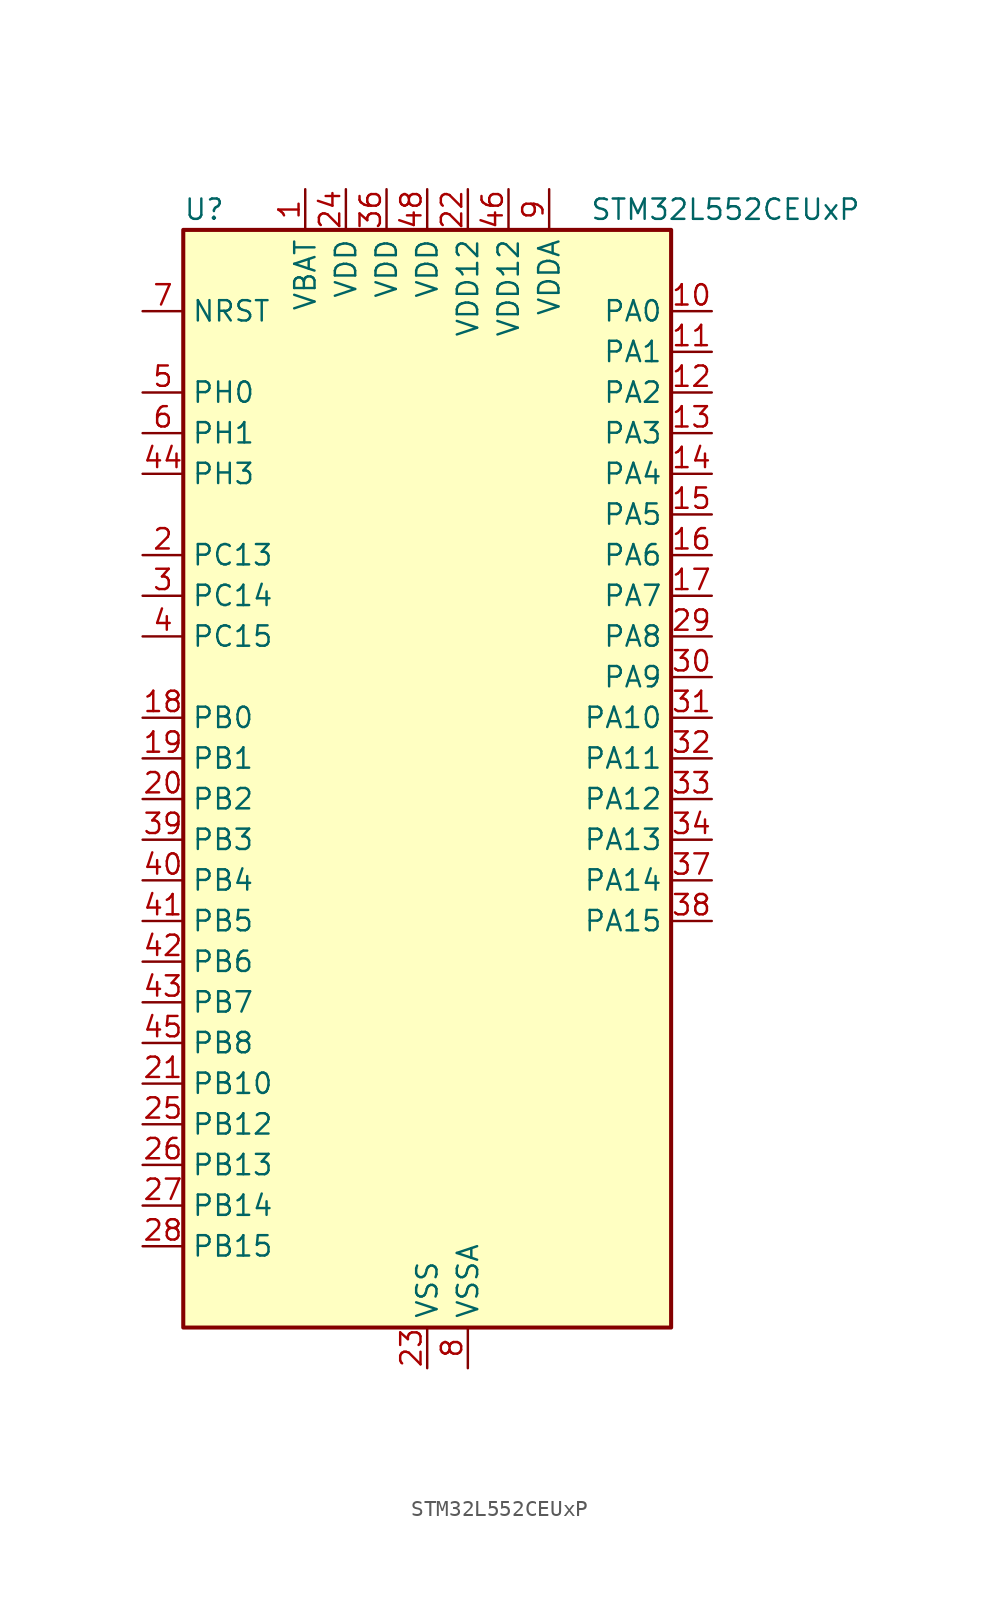
<source format=kicad_sym>
(kicad_symbol_lib
  (version 20241209)
  (generator "kicad_symbol_editor")
  (generator_version "9.0")
  (symbol "STM32L552CEUxP"
    (property "Reference" "U"
      (at -15.24 36.83 0)
      (effects (font (size 1.27 1.27)) (justify left)))
    (property "Value" "STM32L552CEUxP"
      (at 10.16 36.83 0)
      (effects (font (size 1.27 1.27)) (justify left)))
    (symbol "STM32L552CEUxP_0_1"
      (rectangle (start -15.24 -33.02) (end 15.24 35.56) (stroke (width 0.254) (type default)) (fill (type background))))
    (symbol "STM32L552CEUxP_1_1"
      (pin input line (at -17.78 30.48 0) (length 2.54) (name "NRST" (effects (font (size 1.27 1.27)))) (number "7" (effects (font (size 1.27 1.27)))))
      (pin bidirectional line (at -17.78 25.4 0) (length 2.54) (name "PH0" (effects (font (size 1.27 1.27)))) (number "5" (effects (font (size 1.27 1.27)))) (alternate "RCC_OSC_IN" bidirectional line))
      (pin bidirectional line (at -17.78 22.86 0) (length 2.54) (name "PH1" (effects (font (size 1.27 1.27)))) (number "6" (effects (font (size 1.27 1.27)))) (alternate "RCC_OSC_OUT" bidirectional line))
      (pin bidirectional line (at -17.78 20.32 0) (length 2.54) (name "PH3" (effects (font (size 1.27 1.27)))) (number "44" (effects (font (size 1.27 1.27)))))
      (pin bidirectional line (at -17.78 15.24 0) (length 2.54) (name "PC13" (effects (font (size 1.27 1.27)))) (number "2" (effects (font (size 1.27 1.27)))) (alternate "PWR_WKUP2" bidirectional line) (alternate "RTC_OUT1" bidirectional line) (alternate "RTC_TS" bidirectional line) (alternate "TAMP_IN1" bidirectional line) (alternate "TAMP_OUT2" bidirectional line))
      (pin bidirectional line (at -17.78 12.7 0) (length 2.54) (name "PC14" (effects (font (size 1.27 1.27)))) (number "3" (effects (font (size 1.27 1.27)))) (alternate "RCC_OSC32_IN" bidirectional line))
      (pin bidirectional line (at -17.78 10.16 0) (length 2.54) (name "PC15" (effects (font (size 1.27 1.27)))) (number "4" (effects (font (size 1.27 1.27)))) (alternate "ADC1_EXTI15" bidirectional line) (alternate "ADC2_EXTI15" bidirectional line) (alternate "RCC_OSC32_OUT" bidirectional line))
      (pin bidirectional line (at -17.78 5.08 0) (length 2.54) (name "PB0" (effects (font (size 1.27 1.27)))) (number "18" (effects (font (size 1.27 1.27)))) (alternate "ADC1_IN15" bidirectional line) (alternate "ADC2_IN15" bidirectional line) (alternate "COMP1_OUT" bidirectional line) (alternate "OCTOSPI1_IO1" bidirectional line) (alternate "OPAMP2_VOUT" bidirectional line) (alternate "SAI1_EXTCLK" bidirectional line) (alternate "SPI1_NSS" bidirectional line) (alternate "TIM1_CH2N" bidirectional line) (alternate "TIM3_CH3" bidirectional line) (alternate "TIM8_CH2N" bidirectional line) (alternate "USART3_CK" bidirectional line))
      (pin bidirectional line (at -17.78 2.54 0) (length 2.54) (name "PB1" (effects (font (size 1.27 1.27)))) (number "19" (effects (font (size 1.27 1.27)))) (alternate "ADC1_IN16" bidirectional line) (alternate "ADC2_IN16" bidirectional line) (alternate "COMP1_INM" bidirectional line) (alternate "DFSDM1_DATIN0" bidirectional line) (alternate "LPTIM2_IN1" bidirectional line) (alternate "LPUART1_DE" bidirectional line) (alternate "LPUART1_RTS" bidirectional line) (alternate "OCTOSPI1_IO0" bidirectional line) (alternate "TIM1_CH3N" bidirectional line) (alternate "TIM3_CH4" bidirectional line) (alternate "TIM8_CH3N" bidirectional line) (alternate "USART3_DE" bidirectional line) (alternate "USART3_RTS" bidirectional line))
      (pin bidirectional line (at -17.78 0 0) (length 2.54) (name "PB2" (effects (font (size 1.27 1.27)))) (number "20" (effects (font (size 1.27 1.27)))) (alternate "COMP1_INP" bidirectional line) (alternate "DFSDM1_CKIN0" bidirectional line) (alternate "I2C3_SMBA" bidirectional line) (alternate "LPTIM1_OUT" bidirectional line) (alternate "OCTOSPI1_DQS" bidirectional line) (alternate "RTC_OUT2" bidirectional line) (alternate "UCPD1_FRSTX1" bidirectional line))
      (pin bidirectional line (at -17.78 -2.54 0) (length 2.54) (name "PB3" (effects (font (size 1.27 1.27)))) (number "39" (effects (font (size 1.27 1.27)))) (alternate "COMP2_INM" bidirectional line) (alternate "CRS_SYNC" bidirectional line) (alternate "DEBUG_JTDO-SWO" bidirectional line) (alternate "SAI1_SCK_B" bidirectional line) (alternate "SPI1_SCK" bidirectional line) (alternate "SPI3_SCK" bidirectional line) (alternate "TIM2_CH2" bidirectional line) (alternate "USART1_DE" bidirectional line) (alternate "USART1_RTS" bidirectional line))
      (pin bidirectional line (at -17.78 -5.08 0) (length 2.54) (name "PB4" (effects (font (size 1.27 1.27)))) (number "40" (effects (font (size 1.27 1.27)))) (alternate "COMP2_INP" bidirectional line) (alternate "DEBUG_JTRST" bidirectional line) (alternate "I2C3_SDA" bidirectional line) (alternate "SAI1_MCLK_B" bidirectional line) (alternate "SPI1_MISO" bidirectional line) (alternate "SPI3_MISO" bidirectional line) (alternate "TIM17_BKIN" bidirectional line) (alternate "TIM3_CH1" bidirectional line) (alternate "TSC_G2_IO1" bidirectional line) (alternate "USART1_CTS" bidirectional line) (alternate "USART1_NSS" bidirectional line))
      (pin bidirectional line (at -17.78 -7.62 0) (length 2.54) (name "PB5" (effects (font (size 1.27 1.27)))) (number "41" (effects (font (size 1.27 1.27)))) (alternate "COMP2_OUT" bidirectional line) (alternate "I2C1_SMBA" bidirectional line) (alternate "LPTIM1_IN1" bidirectional line) (alternate "OCTOSPI1_NCLK" bidirectional line) (alternate "SAI1_SD_B" bidirectional line) (alternate "SPI1_MOSI" bidirectional line) (alternate "SPI3_MOSI" bidirectional line) (alternate "TIM16_BKIN" bidirectional line) (alternate "TIM3_CH2" bidirectional line) (alternate "TSC_G2_IO2" bidirectional line) (alternate "UCPD1_DBCC1" bidirectional line) (alternate "USART1_CK" bidirectional line))
      (pin bidirectional line (at -17.78 -10.16 0) (length 2.54) (name "PB6" (effects (font (size 1.27 1.27)))) (number "42" (effects (font (size 1.27 1.27)))) (alternate "COMP2_INP" bidirectional line) (alternate "I2C1_SCL" bidirectional line) (alternate "I2C4_SCL" bidirectional line) (alternate "LPTIM1_ETR" bidirectional line) (alternate "SAI1_FS_B" bidirectional line) (alternate "TIM16_CH1N" bidirectional line) (alternate "TIM4_CH1" bidirectional line) (alternate "TIM8_BKIN2" bidirectional line) (alternate "TSC_G2_IO3" bidirectional line) (alternate "USART1_TX" bidirectional line))
      (pin bidirectional line (at -17.78 -12.7 0) (length 2.54) (name "PB7" (effects (font (size 1.27 1.27)))) (number "43" (effects (font (size 1.27 1.27)))) (alternate "COMP2_INM" bidirectional line) (alternate "I2C1_SDA" bidirectional line) (alternate "I2C4_SDA" bidirectional line) (alternate "LPTIM1_IN2" bidirectional line) (alternate "PWR_PVD_IN" bidirectional line) (alternate "TIM17_CH1N" bidirectional line) (alternate "TIM4_CH2" bidirectional line) (alternate "TIM8_BKIN" bidirectional line) (alternate "TSC_G2_IO4" bidirectional line) (alternate "UART4_CTS" bidirectional line) (alternate "USART1_RX" bidirectional line))
      (pin bidirectional line (at -17.78 -15.24 0) (length 2.54) (name "PB8" (effects (font (size 1.27 1.27)))) (number "45" (effects (font (size 1.27 1.27)))) (alternate "DFSDM1_CKOUT" bidirectional line) (alternate "FDCAN1_RX" bidirectional line) (alternate "I2C1_SCL" bidirectional line) (alternate "SAI1_CK1" bidirectional line) (alternate "SAI1_MCLK_A" bidirectional line) (alternate "TIM16_CH1" bidirectional line) (alternate "TIM4_CH3" bidirectional line))
      (pin bidirectional line (at -17.78 -17.78 0) (length 2.54) (name "PB10" (effects (font (size 1.27 1.27)))) (number "21" (effects (font (size 1.27 1.27)))) (alternate "COMP1_OUT" bidirectional line) (alternate "I2C2_SCL" bidirectional line) (alternate "I2C4_SCL" bidirectional line) (alternate "LPTIM3_OUT" bidirectional line) (alternate "LPUART1_RX" bidirectional line) (alternate "OCTOSPI1_CLK" bidirectional line) (alternate "SAI1_SCK_A" bidirectional line) (alternate "SPI2_SCK" bidirectional line) (alternate "TIM2_CH3" bidirectional line) (alternate "TSC_SYNC" bidirectional line) (alternate "USART3_TX" bidirectional line))
      (pin bidirectional line (at -17.78 -20.32 0) (length 2.54) (name "PB12" (effects (font (size 1.27 1.27)))) (number "25" (effects (font (size 1.27 1.27)))) (alternate "DFSDM1_DATIN1" bidirectional line) (alternate "I2C2_SMBA" bidirectional line) (alternate "LPUART1_DE" bidirectional line) (alternate "LPUART1_RTS" bidirectional line) (alternate "OCTOSPI1_NCLK" bidirectional line) (alternate "SAI2_FS_A" bidirectional line) (alternate "SPI2_NSS" bidirectional line) (alternate "TIM15_BKIN" bidirectional line) (alternate "TIM1_BKIN" bidirectional line) (alternate "TSC_G1_IO1" bidirectional line) (alternate "USART3_CK" bidirectional line))
      (pin bidirectional line (at -17.78 -22.86 0) (length 2.54) (name "PB13" (effects (font (size 1.27 1.27)))) (number "26" (effects (font (size 1.27 1.27)))) (alternate "DFSDM1_CKIN1" bidirectional line) (alternate "I2C2_SCL" bidirectional line) (alternate "LPTIM3_IN1" bidirectional line) (alternate "LPUART1_CTS" bidirectional line) (alternate "SAI2_SCK_A" bidirectional line) (alternate "SPI2_SCK" bidirectional line) (alternate "TIM15_CH1N" bidirectional line) (alternate "TIM1_CH1N" bidirectional line) (alternate "TSC_G1_IO2" bidirectional line) (alternate "UCPD1_FRSTX2" bidirectional line) (alternate "USART3_CTS" bidirectional line) (alternate "USART3_NSS" bidirectional line))
      (pin bidirectional line (at -17.78 -25.4 0) (length 2.54) (name "PB14" (effects (font (size 1.27 1.27)))) (number "27" (effects (font (size 1.27 1.27)))) (alternate "DFSDM1_DATIN2" bidirectional line) (alternate "I2C2_SDA" bidirectional line) (alternate "LPTIM3_ETR" bidirectional line) (alternate "SAI2_MCLK_A" bidirectional line) (alternate "SPI2_MISO" bidirectional line) (alternate "TIM15_CH1" bidirectional line) (alternate "TIM1_CH2N" bidirectional line) (alternate "TIM8_CH2N" bidirectional line) (alternate "TSC_G1_IO3" bidirectional line) (alternate "UCPD1_DBCC2" bidirectional line) (alternate "USART3_DE" bidirectional line) (alternate "USART3_RTS" bidirectional line))
      (pin bidirectional line (at -17.78 -27.94 0) (length 2.54) (name "PB15" (effects (font (size 1.27 1.27)))) (number "28" (effects (font (size 1.27 1.27)))) (alternate "ADC1_EXTI15" bidirectional line) (alternate "ADC2_EXTI15" bidirectional line) (alternate "DFSDM1_CKIN2" bidirectional line) (alternate "RTC_REFIN" bidirectional line) (alternate "SAI2_SD_A" bidirectional line) (alternate "SPI2_MOSI" bidirectional line) (alternate "TIM15_CH2" bidirectional line) (alternate "TIM1_CH3N" bidirectional line) (alternate "TIM8_CH3N" bidirectional line) (alternate "UCPD1_CC2" bidirectional line))
      (pin power_in line (at -7.62 38.1 270) (length 2.54) (name "VBAT" (effects (font (size 1.27 1.27)))) (number "1" (effects (font (size 1.27 1.27)))))
      (pin power_in line (at -5.08 38.1 270) (length 2.54) (name "VDD" (effects (font (size 1.27 1.27)))) (number "24" (effects (font (size 1.27 1.27)))))
      (pin power_in line (at -2.54 38.1 270) (length 2.54) (name "VDD" (effects (font (size 1.27 1.27)))) (number "36" (effects (font (size 1.27 1.27)))))
      (pin power_in line (at 0 38.1 270) (length 2.54) (name "VDD" (effects (font (size 1.27 1.27)))) (number "48" (effects (font (size 1.27 1.27)))))
      (pin power_in line (at 0 -35.56 90) (length 2.54) (name "VSS" (effects (font (size 1.27 1.27)))) (number "23" (effects (font (size 1.27 1.27)))))
      (pin passive line (at 0 -35.56 90) (length 2.54) (hide yes) (name "VSS" (effects (font (size 1.27 1.27)))) (number "35" (effects (font (size 1.27 1.27)))))
      (pin passive line (at 0 -35.56 90) (length 2.54) (hide yes) (name "VSS" (effects (font (size 1.27 1.27)))) (number "47" (effects (font (size 1.27 1.27)))))
      (pin passive line (at 0 -35.56 90) (length 2.54) (hide yes) (name "VSS" (effects (font (size 1.27 1.27)))) (number "49" (effects (font (size 1.27 1.27)))))
      (pin power_in line (at 2.54 38.1 270) (length 2.54) (name "VDD12" (effects (font (size 1.27 1.27)))) (number "22" (effects (font (size 1.27 1.27)))))
      (pin power_in line (at 2.54 -35.56 90) (length 2.54) (name "VSSA" (effects (font (size 1.27 1.27)))) (number "8" (effects (font (size 1.27 1.27)))))
      (pin power_in line (at 5.08 38.1 270) (length 2.54) (name "VDD12" (effects (font (size 1.27 1.27)))) (number "46" (effects (font (size 1.27 1.27)))))
      (pin power_in line (at 7.62 38.1 270) (length 2.54) (name "VDDA" (effects (font (size 1.27 1.27)))) (number "9" (effects (font (size 1.27 1.27)))))
      (pin bidirectional line (at 17.78 30.48 180) (length 2.54) (name "PA0" (effects (font (size 1.27 1.27)))) (number "10" (effects (font (size 1.27 1.27)))) (alternate "ADC1_IN5" bidirectional line) (alternate "ADC2_IN5" bidirectional line) (alternate "OPAMP1_VINP" bidirectional line) (alternate "PWR_WKUP1" bidirectional line) (alternate "SAI1_EXTCLK" bidirectional line) (alternate "TAMP_IN2" bidirectional line) (alternate "TAMP_OUT1" bidirectional line) (alternate "TIM2_CH1" bidirectional line) (alternate "TIM2_ETR" bidirectional line) (alternate "TIM5_CH1" bidirectional line) (alternate "TIM8_ETR" bidirectional line) (alternate "UART4_TX" bidirectional line) (alternate "USART2_CTS" bidirectional line) (alternate "USART2_NSS" bidirectional line))
      (pin bidirectional line (at 17.78 27.94 180) (length 2.54) (name "PA1" (effects (font (size 1.27 1.27)))) (number "11" (effects (font (size 1.27 1.27)))) (alternate "ADC1_IN6" bidirectional line) (alternate "ADC2_IN6" bidirectional line) (alternate "I2C1_SMBA" bidirectional line) (alternate "OCTOSPI1_DQS" bidirectional line) (alternate "OPAMP1_VINM" bidirectional line) (alternate "SPI1_SCK" bidirectional line) (alternate "TAMP_IN5" bidirectional line) (alternate "TAMP_OUT4" bidirectional line) (alternate "TIM15_CH1N" bidirectional line) (alternate "TIM2_CH2" bidirectional line) (alternate "TIM5_CH2" bidirectional line) (alternate "UART4_RX" bidirectional line) (alternate "USART2_DE" bidirectional line) (alternate "USART2_RTS" bidirectional line))
      (pin bidirectional line (at 17.78 25.4 180) (length 2.54) (name "PA2" (effects (font (size 1.27 1.27)))) (number "12" (effects (font (size 1.27 1.27)))) (alternate "ADC1_IN7" bidirectional line) (alternate "ADC2_IN7" bidirectional line) (alternate "COMP1_INP" bidirectional line) (alternate "LPUART1_TX" bidirectional line) (alternate "OCTOSPI1_NCS" bidirectional line) (alternate "PWR_WKUP4" bidirectional line) (alternate "RCC_LSCO" bidirectional line) (alternate "SAI2_EXTCLK" bidirectional line) (alternate "TIM15_CH1" bidirectional line) (alternate "TIM2_CH3" bidirectional line) (alternate "TIM5_CH3" bidirectional line) (alternate "UCPD1_FRSTX1" bidirectional line) (alternate "USART2_TX" bidirectional line))
      (pin bidirectional line (at 17.78 22.86 180) (length 2.54) (name "PA3" (effects (font (size 1.27 1.27)))) (number "13" (effects (font (size 1.27 1.27)))) (alternate "ADC1_IN8" bidirectional line) (alternate "ADC2_IN8" bidirectional line) (alternate "LPUART1_RX" bidirectional line) (alternate "OCTOSPI1_CLK" bidirectional line) (alternate "OPAMP1_VOUT" bidirectional line) (alternate "SAI1_CK1" bidirectional line) (alternate "SAI1_MCLK_A" bidirectional line) (alternate "TIM15_CH2" bidirectional line) (alternate "TIM2_CH4" bidirectional line) (alternate "TIM5_CH4" bidirectional line) (alternate "USART2_RX" bidirectional line))
      (pin bidirectional line (at 17.78 20.32 180) (length 2.54) (name "PA4" (effects (font (size 1.27 1.27)))) (number "14" (effects (font (size 1.27 1.27)))) (alternate "ADC1_IN9" bidirectional line) (alternate "ADC2_IN9" bidirectional line) (alternate "DAC1_OUT1" bidirectional line) (alternate "LPTIM2_OUT" bidirectional line) (alternate "OCTOSPI1_NCS" bidirectional line) (alternate "SAI1_FS_B" bidirectional line) (alternate "SPI1_NSS" bidirectional line) (alternate "SPI3_NSS" bidirectional line) (alternate "USART2_CK" bidirectional line))
      (pin bidirectional line (at 17.78 17.78 180) (length 2.54) (name "PA5" (effects (font (size 1.27 1.27)))) (number "15" (effects (font (size 1.27 1.27)))) (alternate "ADC1_IN10" bidirectional line) (alternate "ADC2_IN10" bidirectional line) (alternate "DAC1_OUT2" bidirectional line) (alternate "LPTIM2_ETR" bidirectional line) (alternate "SPI1_SCK" bidirectional line) (alternate "TIM2_CH1" bidirectional line) (alternate "TIM2_ETR" bidirectional line) (alternate "TIM8_CH1N" bidirectional line))
      (pin bidirectional line (at 17.78 15.24 180) (length 2.54) (name "PA6" (effects (font (size 1.27 1.27)))) (number "16" (effects (font (size 1.27 1.27)))) (alternate "ADC1_IN11" bidirectional line) (alternate "ADC2_IN11" bidirectional line) (alternate "LPUART1_CTS" bidirectional line) (alternate "OCTOSPI1_IO3" bidirectional line) (alternate "OPAMP2_VINP" bidirectional line) (alternate "SPI1_MISO" bidirectional line) (alternate "TIM16_CH1" bidirectional line) (alternate "TIM1_BKIN" bidirectional line) (alternate "TIM3_CH1" bidirectional line) (alternate "TIM8_BKIN" bidirectional line) (alternate "USART3_CTS" bidirectional line) (alternate "USART3_NSS" bidirectional line))
      (pin bidirectional line (at 17.78 12.7 180) (length 2.54) (name "PA7" (effects (font (size 1.27 1.27)))) (number "17" (effects (font (size 1.27 1.27)))) (alternate "ADC1_IN12" bidirectional line) (alternate "ADC2_IN12" bidirectional line) (alternate "I2C3_SCL" bidirectional line) (alternate "OCTOSPI1_IO2" bidirectional line) (alternate "OPAMP2_VINM" bidirectional line) (alternate "SPI1_MOSI" bidirectional line) (alternate "TIM17_CH1" bidirectional line) (alternate "TIM1_CH1N" bidirectional line) (alternate "TIM3_CH2" bidirectional line) (alternate "TIM8_CH1N" bidirectional line))
      (pin bidirectional line (at 17.78 10.16 180) (length 2.54) (name "PA8" (effects (font (size 1.27 1.27)))) (number "29" (effects (font (size 1.27 1.27)))) (alternate "LPTIM2_OUT" bidirectional line) (alternate "RCC_MCO" bidirectional line) (alternate "SAI1_CK2" bidirectional line) (alternate "SAI1_SCK_A" bidirectional line) (alternate "TIM1_CH1" bidirectional line) (alternate "USART1_CK" bidirectional line))
      (pin bidirectional line (at 17.78 7.62 180) (length 2.54) (name "PA9" (effects (font (size 1.27 1.27)))) (number "30" (effects (font (size 1.27 1.27)))) (alternate "DAC1_EXTI9" bidirectional line) (alternate "SAI1_FS_A" bidirectional line) (alternate "SPI2_SCK" bidirectional line) (alternate "TIM15_BKIN" bidirectional line) (alternate "TIM1_CH2" bidirectional line) (alternate "USART1_TX" bidirectional line))
      (pin bidirectional line (at 17.78 5.08 180) (length 2.54) (name "PA10" (effects (font (size 1.27 1.27)))) (number "31" (effects (font (size 1.27 1.27)))) (alternate "CRS_SYNC" bidirectional line) (alternate "SAI1_D1" bidirectional line) (alternate "SAI1_SD_A" bidirectional line) (alternate "TIM17_BKIN" bidirectional line) (alternate "TIM1_CH3" bidirectional line) (alternate "USART1_RX" bidirectional line))
      (pin bidirectional line (at 17.78 2.54 180) (length 2.54) (name "PA11" (effects (font (size 1.27 1.27)))) (number "32" (effects (font (size 1.27 1.27)))) (alternate "ADC1_EXTI11" bidirectional line) (alternate "ADC2_EXTI11" bidirectional line) (alternate "FDCAN1_RX" bidirectional line) (alternate "SPI1_MISO" bidirectional line) (alternate "TIM1_BKIN2" bidirectional line) (alternate "TIM1_CH4" bidirectional line) (alternate "USART1_CTS" bidirectional line) (alternate "USART1_NSS" bidirectional line) (alternate "USB_DM" bidirectional line))
      (pin bidirectional line (at 17.78 0 180) (length 2.54) (name "PA12" (effects (font (size 1.27 1.27)))) (number "33" (effects (font (size 1.27 1.27)))) (alternate "FDCAN1_TX" bidirectional line) (alternate "SPI1_MOSI" bidirectional line) (alternate "TIM1_ETR" bidirectional line) (alternate "USART1_DE" bidirectional line) (alternate "USART1_RTS" bidirectional line) (alternate "USB_DP" bidirectional line))
      (pin bidirectional line (at 17.78 -2.54 180) (length 2.54) (name "PA13" (effects (font (size 1.27 1.27)))) (number "34" (effects (font (size 1.27 1.27)))) (alternate "DEBUG_JTMS-SWDIO" bidirectional line) (alternate "IR_OUT" bidirectional line) (alternate "SAI1_SD_B" bidirectional line) (alternate "USB_NOE" bidirectional line))
      (pin bidirectional line (at 17.78 -5.08 180) (length 2.54) (name "PA14" (effects (font (size 1.27 1.27)))) (number "37" (effects (font (size 1.27 1.27)))) (alternate "DEBUG_JTCK-SWCLK" bidirectional line) (alternate "I2C1_SMBA" bidirectional line) (alternate "I2C4_SMBA" bidirectional line) (alternate "LPTIM1_OUT" bidirectional line) (alternate "SAI1_FS_B" bidirectional line))
      (pin bidirectional line (at 17.78 -7.62 180) (length 2.54) (name "PA15" (effects (font (size 1.27 1.27)))) (number "38" (effects (font (size 1.27 1.27)))) (alternate "ADC1_EXTI15" bidirectional line) (alternate "ADC2_EXTI15" bidirectional line) (alternate "DEBUG_JTDI" bidirectional line) (alternate "SAI2_FS_B" bidirectional line) (alternate "SPI1_NSS" bidirectional line) (alternate "SPI3_NSS" bidirectional line) (alternate "TIM2_CH1" bidirectional line) (alternate "TIM2_ETR" bidirectional line) (alternate "UART4_DE" bidirectional line) (alternate "UART4_RTS" bidirectional line) (alternate "UCPD1_CC1" bidirectional line) (alternate "USART2_RX" bidirectional line) (alternate "USART3_DE" bidirectional line) (alternate "USART3_RTS" bidirectional line)))))
</source>
